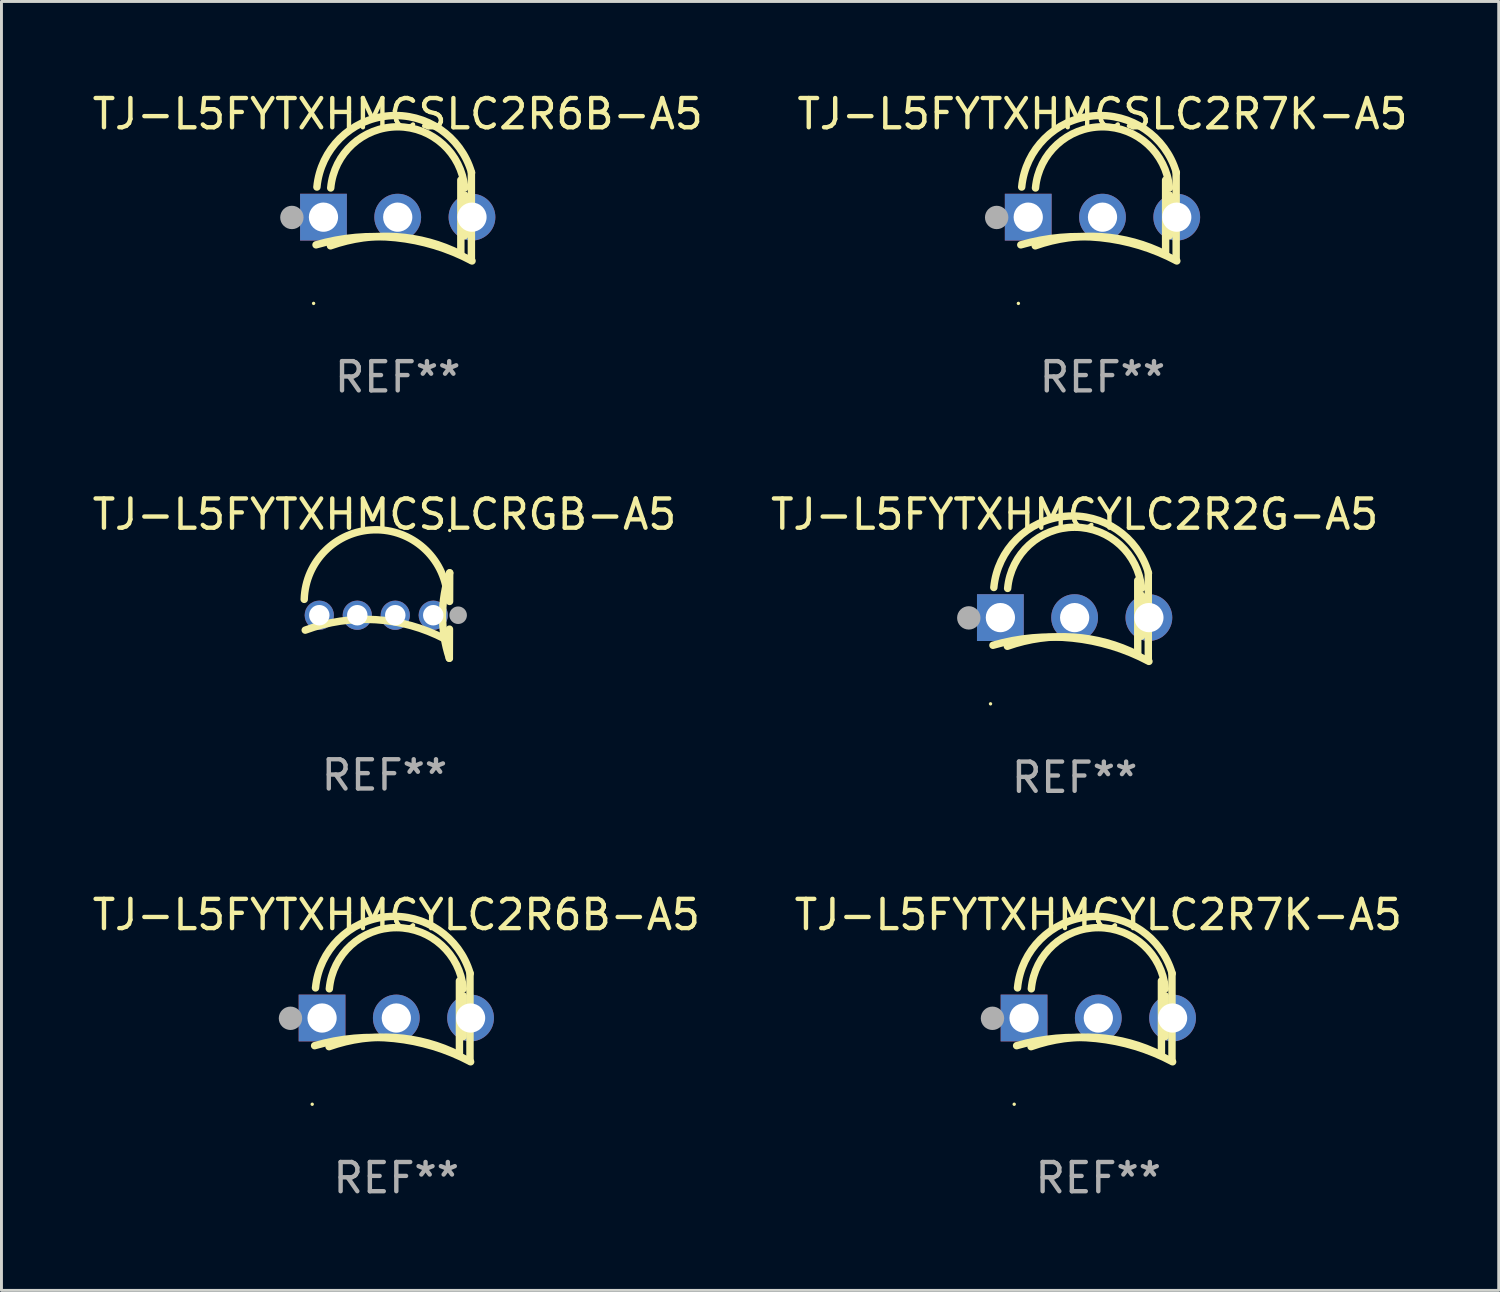
<source format=kicad_pcb>
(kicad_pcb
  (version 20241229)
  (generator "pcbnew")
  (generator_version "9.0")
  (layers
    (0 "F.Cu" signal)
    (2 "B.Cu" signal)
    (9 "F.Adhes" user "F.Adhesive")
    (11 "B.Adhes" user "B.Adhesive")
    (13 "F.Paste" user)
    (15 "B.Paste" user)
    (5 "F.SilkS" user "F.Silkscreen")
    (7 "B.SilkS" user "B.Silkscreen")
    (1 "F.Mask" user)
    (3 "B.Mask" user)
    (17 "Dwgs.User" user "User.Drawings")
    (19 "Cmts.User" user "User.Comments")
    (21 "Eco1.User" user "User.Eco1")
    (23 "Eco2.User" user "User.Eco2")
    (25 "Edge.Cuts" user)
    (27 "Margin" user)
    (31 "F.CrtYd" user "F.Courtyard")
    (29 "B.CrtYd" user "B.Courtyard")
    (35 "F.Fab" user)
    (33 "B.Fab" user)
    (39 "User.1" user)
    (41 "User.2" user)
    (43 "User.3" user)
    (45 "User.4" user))
  (footprint "TJ-L5FYTXHMCSLC2R6B-A5"
    (layer "F.Cu")
    (at 10.554 4.348)
    (property "Reference" "TJ-L5FYTXHMCSLC2R6B-A5" (at 0 -3.5 0) (layer "F.SilkS") (effects (font (size 1 1) (thickness 0.15))))
    (attr through_hole)
    (fp_line (start 2.159 -1.24) (end 2.159 1.3) (stroke (width 0.254) (type solid)) (layer "F.SilkS"))
    (fp_line (start 2.286 -0.732) (end 2.286 0.665) (stroke (width 0.254) (type solid)) (layer "F.SilkS"))
    (fp_line (start 2.52 -1.5) (end 2.52 1.5) (stroke (width 0.254) (type solid)) (layer "F.SilkS"))
    (fp_arc (start -2.79431 0.976848) (mid -0.072475 0.731584) (end 2.541758 1.52803) (stroke (width 0.254001) (type solid)) (layer "F.SilkS"))
    (fp_arc (start -2.764008 -0.999758) (mid -0.323263 -3.434716) (end 2.525806 -1.493307) (stroke (width 0.254001) (type solid)) (layer "F.SilkS"))
    (fp_arc (start -2.300305 1.010706) (mid -0.043043 0.697773) (end 2.155372 1.297879) (stroke (width 0.254001) (type solid)) (layer "F.SilkS"))
    (fp_arc (start -2.291543 -0.968465) (mid -0.000907 -3.060942) (end 2.290958 -0.969812) (stroke (width 0.254001) (type solid)) (layer "F.SilkS"))
    (fp_circle (center -2.877 2.98) (end -2.847 2.98) (stroke (width 0.06) (type solid)) (fill no) (layer "F.SilkS"))
    (fp_circle (center -3.62 0.04) (end -3.42 0.04) (stroke (width 0.4) (type solid)) (fill no) (layer "F.Fab"))
    (fp_text user "REF**" (at 0 5.5 0) (layer "F.Fab") (effects (font (size 1 1) (thickness 0.15))))
    (pad "1" thru_hole rect (at -2.54 0.03) (size 1.6 1.6) (drill 1) (layers "*.Cu" "*.Mask"))
    (pad "2" thru_hole circle (at 0 0.03) (size 1.6 1.6) (drill 1) (layers "*.Cu" "*.Mask"))
    (pad "3" thru_hole circle (at 2.54 0.03) (size 1.6 1.6) (drill 1) (layers "*.Cu" "*.Mask")))
  (footprint "TJ-L5FYTXHMCSLCRGB-A5"
    (layer "F.Cu")
    (at 10.101 18.005)
    (property "Reference" "TJ-L5FYTXHMCSLCRGB-A5" (at 0 -3.46 0) (layer "F.SilkS") (effects (font (size 1 1) (thickness 0.15))))
    (attr through_hole)
    (fp_line (start 2.223 0.465) (end 2.219 1.46) (stroke (width 0.254) (type solid)) (layer "F.SilkS"))
    (fp_line (start 2.23 -1.46) (end 2.227 -0.483) (stroke (width 0.254) (type solid)) (layer "F.SilkS"))
    (fp_arc (start -2.744704 -0.553975) (mid -0.362217 -2.932822) (end 2.149505 -0.690856) (stroke (width 0.254001) (type solid)) (layer "F.SilkS"))
    (fp_arc (start -2.71049 0.499162) (mid -0.290117 0.141785) (end 2.066167 0.800458) (stroke (width 0.254001) (type solid)) (layer "F.SilkS"))
    (fp_arc (start 2.219278 1.46035) (mid 1.985795 -0.000915) (end 2.230455 -1.460351) (stroke (width 0.254001) (type solid)) (layer "F.SilkS"))
    (fp_circle (center 2.231 -2.91) (end 2.261 -2.91) (stroke (width 0.06) (type solid)) (fill no) (layer "F.SilkS"))
    (fp_circle (center 2.52 -0.011) (end 2.67 -0.011) (stroke (width 0.3) (type solid)) (fill no) (layer "F.Fab"))
    (fp_text user "REF**" (at 0 5.46 0) (layer "F.Fab") (effects (font (size 1 1) (thickness 0.15))))
    (pad "1" thru_hole circle (at 1.669 -0.011) (size 1 1) (drill 0.7) (layers "*.Cu" "*.Mask"))
    (pad "2" thru_hole circle (at 0.369 -0.011) (size 1 1) (drill 0.7) (layers "*.Cu" "*.Mask"))
    (pad "3" thru_hole circle (at -0.93 -0.011) (size 1 1) (drill 0.7) (layers "*.Cu" "*.Mask"))
    (pad "4" thru_hole circle (at -2.23 -0.011) (size 1 1) (drill 0.7) (layers "*.Cu" "*.Mask")))
  (footprint "TJ-L5FYTXHMCYLC2R6B-A5"
    (layer "F.Cu")
    (at 10.506 31.741)
    (property "Reference" "TJ-L5FYTXHMCYLC2R6B-A5" (at 0 -3.5 0) (layer "F.SilkS") (effects (font (size 1 1) (thickness 0.15))))
    (attr through_hole)
    (fp_line (start 2.159 -1.24) (end 2.159 1.3) (stroke (width 0.254) (type solid)) (layer "F.SilkS"))
    (fp_line (start 2.286 -0.732) (end 2.286 0.665) (stroke (width 0.254) (type solid)) (layer "F.SilkS"))
    (fp_line (start 2.52 -1.5) (end 2.52 1.5) (stroke (width 0.254) (type solid)) (layer "F.SilkS"))
    (fp_arc (start -2.79431 0.976848) (mid -0.072475 0.731584) (end 2.541758 1.52803) (stroke (width 0.254001) (type solid)) (layer "F.SilkS"))
    (fp_arc (start -2.764008 -0.999758) (mid -0.323263 -3.434716) (end 2.525806 -1.493307) (stroke (width 0.254001) (type solid)) (layer "F.SilkS"))
    (fp_arc (start -2.300305 1.010706) (mid -0.043043 0.697773) (end 2.155372 1.297879) (stroke (width 0.254001) (type solid)) (layer "F.SilkS"))
    (fp_arc (start -2.291543 -0.968465) (mid -0.000907 -3.060942) (end 2.290958 -0.969812) (stroke (width 0.254001) (type solid)) (layer "F.SilkS"))
    (fp_circle (center -2.877 2.98) (end -2.847 2.98) (stroke (width 0.06) (type solid)) (fill no) (layer "F.SilkS"))
    (fp_circle (center -3.62 0.04) (end -3.42 0.04) (stroke (width 0.4) (type solid)) (fill no) (layer "F.Fab"))
    (fp_text user "REF**" (at 0 5.5 0) (layer "F.Fab") (effects (font (size 1 1) (thickness 0.15))))
    (pad "1" thru_hole rect (at -2.54 0.03) (size 1.6 1.6) (drill 1) (layers "*.Cu" "*.Mask"))
    (pad "2" thru_hole circle (at 0 0.03) (size 1.6 1.6) (drill 1) (layers "*.Cu" "*.Mask"))
    (pad "3" thru_hole circle (at 2.54 0.03) (size 1.6 1.6) (drill 1) (layers "*.Cu" "*.Mask")))
  (footprint "TJ-L5FYTXHMCYLC2R2G-A5"
    (layer "F.Cu")
    (at 33.708 18.045)
    (property "Reference" "TJ-L5FYTXHMCYLC2R2G-A5" (at 0 -3.5 0) (layer "F.SilkS") (effects (font (size 1 1) (thickness 0.15))))
    (attr through_hole)
    (fp_line (start 2.159 -1.24) (end 2.159 1.3) (stroke (width 0.254) (type solid)) (layer "F.SilkS"))
    (fp_line (start 2.286 -0.732) (end 2.286 0.665) (stroke (width 0.254) (type solid)) (layer "F.SilkS"))
    (fp_line (start 2.52 -1.5) (end 2.52 1.5) (stroke (width 0.254) (type solid)) (layer "F.SilkS"))
    (fp_arc (start -2.79431 0.976848) (mid -0.072475 0.731584) (end 2.541758 1.52803) (stroke (width 0.254001) (type solid)) (layer "F.SilkS"))
    (fp_arc (start -2.764008 -0.999758) (mid -0.323263 -3.434716) (end 2.525806 -1.493307) (stroke (width 0.254001) (type solid)) (layer "F.SilkS"))
    (fp_arc (start -2.300305 1.010706) (mid -0.043043 0.697773) (end 2.155372 1.297879) (stroke (width 0.254001) (type solid)) (layer "F.SilkS"))
    (fp_arc (start -2.291543 -0.968465) (mid -0.000907 -3.060942) (end 2.290958 -0.969812) (stroke (width 0.254001) (type solid)) (layer "F.SilkS"))
    (fp_circle (center -2.877 2.98) (end -2.847 2.98) (stroke (width 0.06) (type solid)) (fill no) (layer "F.SilkS"))
    (fp_circle (center -3.62 0.04) (end -3.42 0.04) (stroke (width 0.4) (type solid)) (fill no) (layer "F.Fab"))
    (fp_text user "REF**" (at 0 5.5 0) (layer "F.Fab") (effects (font (size 1 1) (thickness 0.15))))
    (pad "1" thru_hole rect (at -2.54 0.03) (size 1.6 1.6) (drill 1) (layers "*.Cu" "*.Mask"))
    (pad "2" thru_hole circle (at 0 0.03) (size 1.6 1.6) (drill 1) (layers "*.Cu" "*.Mask"))
    (pad "3" thru_hole circle (at 2.54 0.03) (size 1.6 1.6) (drill 1) (layers "*.Cu" "*.Mask")))
  (footprint "TJ-L5FYTXHMCYLC2R7K-A5"
    (layer "F.Cu")
    (at 34.518 31.741)
    (property "Reference" "TJ-L5FYTXHMCYLC2R7K-A5" (at 0 -3.5 0) (layer "F.SilkS") (effects (font (size 1 1) (thickness 0.15))))
    (attr through_hole)
    (fp_line (start 2.159 -1.24) (end 2.159 1.3) (stroke (width 0.254) (type solid)) (layer "F.SilkS"))
    (fp_line (start 2.286 -0.732) (end 2.286 0.665) (stroke (width 0.254) (type solid)) (layer "F.SilkS"))
    (fp_line (start 2.52 -1.5) (end 2.52 1.5) (stroke (width 0.254) (type solid)) (layer "F.SilkS"))
    (fp_arc (start -2.79431 0.976848) (mid -0.072475 0.731584) (end 2.541758 1.52803) (stroke (width 0.254001) (type solid)) (layer "F.SilkS"))
    (fp_arc (start -2.764008 -0.999758) (mid -0.323263 -3.434716) (end 2.525806 -1.493307) (stroke (width 0.254001) (type solid)) (layer "F.SilkS"))
    (fp_arc (start -2.300305 1.010706) (mid -0.043043 0.697773) (end 2.155372 1.297879) (stroke (width 0.254001) (type solid)) (layer "F.SilkS"))
    (fp_arc (start -2.291543 -0.968465) (mid -0.000907 -3.060942) (end 2.290958 -0.969812) (stroke (width 0.254001) (type solid)) (layer "F.SilkS"))
    (fp_circle (center -2.877 2.98) (end -2.847 2.98) (stroke (width 0.06) (type solid)) (fill no) (layer "F.SilkS"))
    (fp_circle (center -3.62 0.04) (end -3.42 0.04) (stroke (width 0.4) (type solid)) (fill no) (layer "F.Fab"))
    (fp_text user "REF**" (at 0 5.5 0) (layer "F.Fab") (effects (font (size 1 1) (thickness 0.15))))
    (pad "1" thru_hole rect (at -2.54 0.03) (size 1.6 1.6) (drill 1) (layers "*.Cu" "*.Mask"))
    (pad "2" thru_hole circle (at 0 0.03) (size 1.6 1.6) (drill 1) (layers "*.Cu" "*.Mask"))
    (pad "3" thru_hole circle (at 2.54 0.03) (size 1.6 1.6) (drill 1) (layers "*.Cu" "*.Mask")))
  (footprint "TJ-L5FYTXHMCSLC2R7K-A5"
    (layer "F.Cu")
    (at 34.661 4.348)
    (property "Reference" "TJ-L5FYTXHMCSLC2R7K-A5" (at 0 -3.5 0) (layer "F.SilkS") (effects (font (size 1 1) (thickness 0.15))))
    (attr through_hole)
    (fp_line (start 2.159 -1.24) (end 2.159 1.3) (stroke (width 0.254) (type solid)) (layer "F.SilkS"))
    (fp_line (start 2.286 -0.732) (end 2.286 0.665) (stroke (width 0.254) (type solid)) (layer "F.SilkS"))
    (fp_line (start 2.52 -1.5) (end 2.52 1.5) (stroke (width 0.254) (type solid)) (layer "F.SilkS"))
    (fp_arc (start -2.79431 0.976848) (mid -0.072475 0.731584) (end 2.541758 1.52803) (stroke (width 0.254001) (type solid)) (layer "F.SilkS"))
    (fp_arc (start -2.764008 -0.999758) (mid -0.323263 -3.434716) (end 2.525806 -1.493307) (stroke (width 0.254001) (type solid)) (layer "F.SilkS"))
    (fp_arc (start -2.300305 1.010706) (mid -0.043043 0.697773) (end 2.155372 1.297879) (stroke (width 0.254001) (type solid)) (layer "F.SilkS"))
    (fp_arc (start -2.291543 -0.968465) (mid -0.000907 -3.060942) (end 2.290958 -0.969812) (stroke (width 0.254001) (type solid)) (layer "F.SilkS"))
    (fp_circle (center -2.877 2.98) (end -2.847 2.98) (stroke (width 0.06) (type solid)) (fill no) (layer "F.SilkS"))
    (fp_circle (center -3.62 0.04) (end -3.42 0.04) (stroke (width 0.4) (type solid)) (fill no) (layer "F.Fab"))
    (fp_text user "REF**" (at 0 5.5 0) (layer "F.Fab") (effects (font (size 1 1) (thickness 0.15))))
    (pad "1" thru_hole rect (at -2.54 0.03) (size 1.6 1.6) (drill 1) (layers "*.Cu" "*.Mask"))
    (pad "2" thru_hole circle (at 0 0.03) (size 1.6 1.6) (drill 1) (layers "*.Cu" "*.Mask"))
    (pad "3" thru_hole circle (at 2.54 0.03) (size 1.6 1.6) (drill 1) (layers "*.Cu" "*.Mask")))
  (gr_rect
    (start -3 -3)
    (end 48.214 41.089)
    (stroke (width 0.1) (type default))
    (fill no)
    (layer "Edge.Cuts")))
</source>
